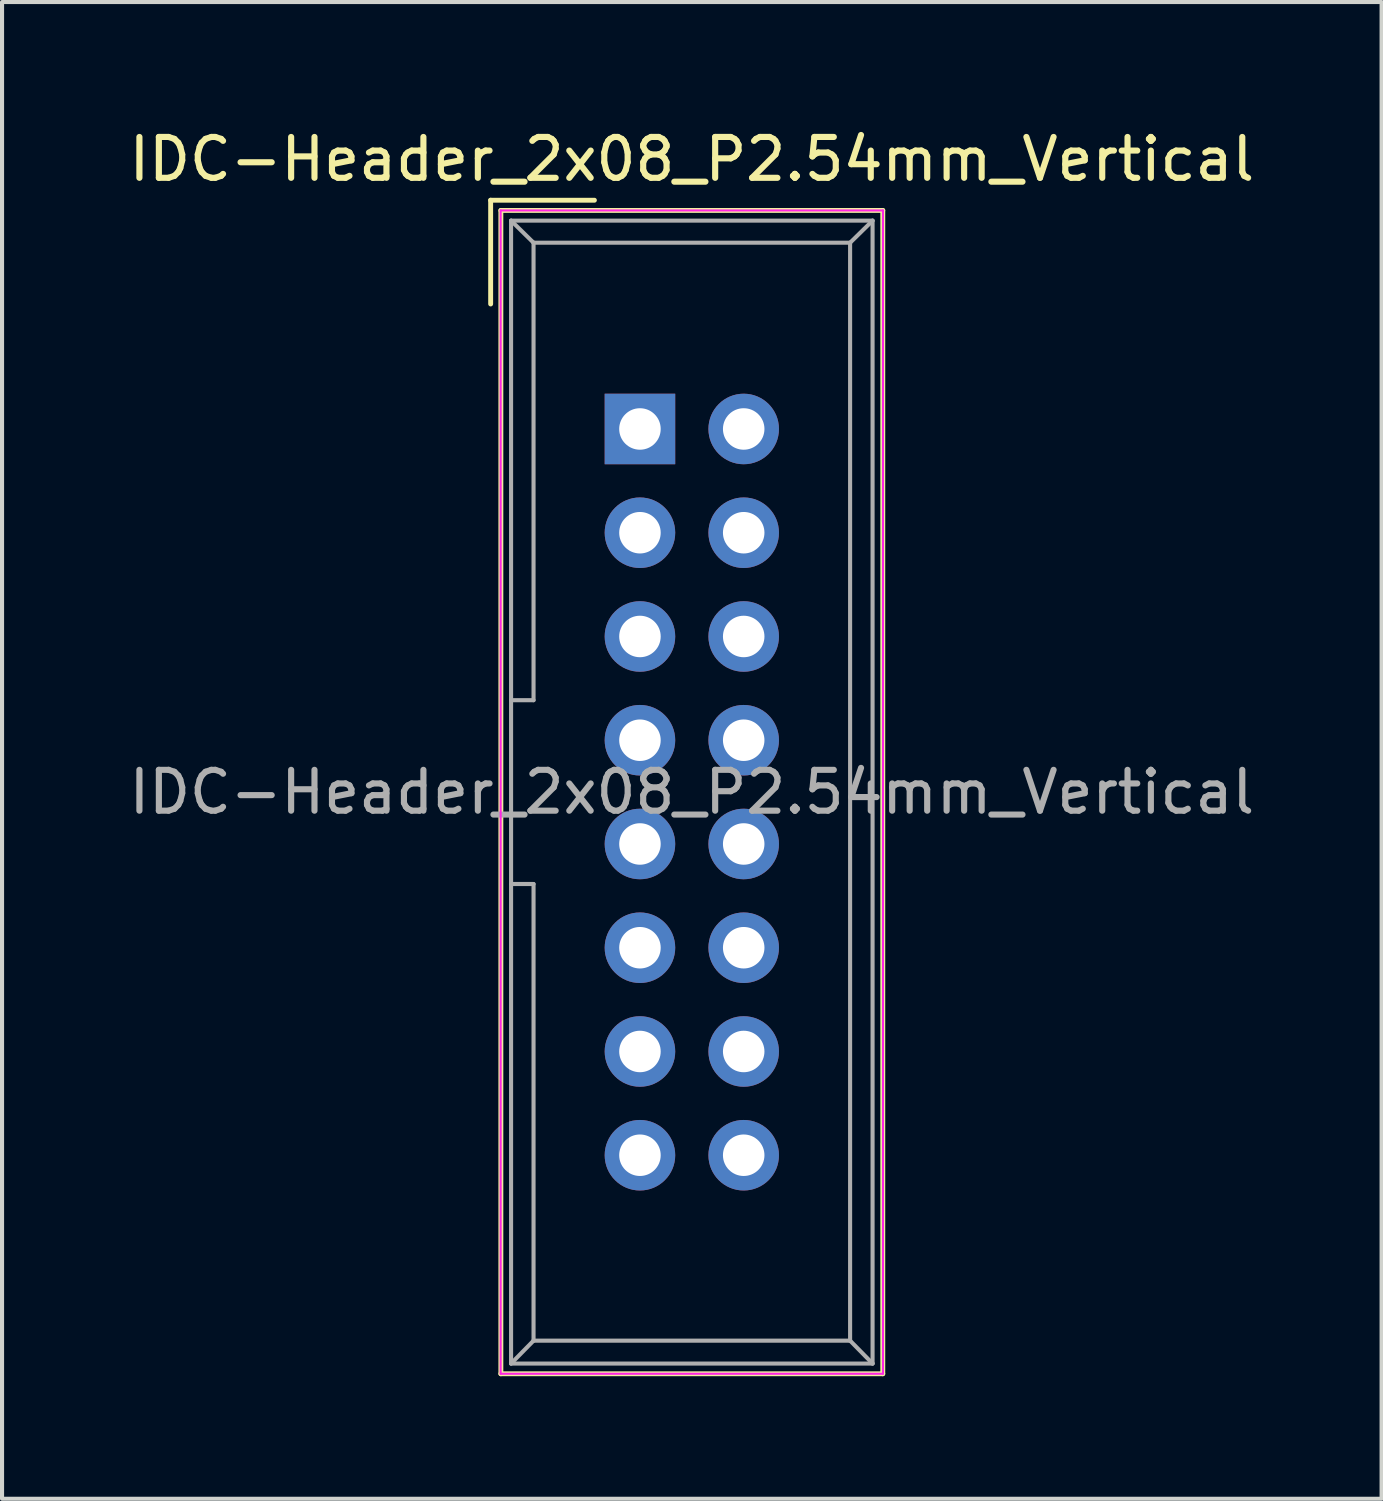
<source format=kicad_pcb>
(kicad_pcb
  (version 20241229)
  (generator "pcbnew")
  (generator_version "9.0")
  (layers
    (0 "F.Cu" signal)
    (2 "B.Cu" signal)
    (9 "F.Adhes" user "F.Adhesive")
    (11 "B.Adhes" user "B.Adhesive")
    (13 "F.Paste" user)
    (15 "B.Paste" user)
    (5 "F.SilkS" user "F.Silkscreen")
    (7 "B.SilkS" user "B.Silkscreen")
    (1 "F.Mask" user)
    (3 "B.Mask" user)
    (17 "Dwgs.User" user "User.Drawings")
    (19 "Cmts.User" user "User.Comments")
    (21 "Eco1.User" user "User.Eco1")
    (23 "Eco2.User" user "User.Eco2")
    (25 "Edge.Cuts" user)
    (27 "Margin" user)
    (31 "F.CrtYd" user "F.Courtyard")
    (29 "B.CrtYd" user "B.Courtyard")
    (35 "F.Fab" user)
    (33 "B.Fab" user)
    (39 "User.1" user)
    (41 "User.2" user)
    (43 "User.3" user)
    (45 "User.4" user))
  (footprint "IDC-Header_2x08_P2.54mm_Vertical"
    (layer "F.Cu")
    (at 13.887 16.342)
    (property "Reference" "IDC-Header_2x08_P2.54mm_Vertical" (at 0 -15.494 0) (layer "F.SilkS") (effects (font (size 1 1) (thickness 0.15))))
    (attr through_hole)
    (fp_line (start -4.925 -14.49) (end -4.925 -11.95) (stroke (width 0.12) (type solid)) (layer "F.SilkS"))
    (fp_line (start -4.925 -14.49) (end -2.385 -14.49) (stroke (width 0.12) (type solid)) (layer "F.SilkS"))
    (fp_line (start -4.675 -14.24) (end 4.675 -14.24) (stroke (width 0.12) (type solid)) (layer "F.SilkS"))
    (fp_line (start -4.675 14.24) (end -4.675 -14.24) (stroke (width 0.12) (type solid)) (layer "F.SilkS"))
    (fp_line (start 4.675 -14.24) (end 4.675 14.24) (stroke (width 0.12) (type solid)) (layer "F.SilkS"))
    (fp_line (start 4.675 14.24) (end -4.675 14.24) (stroke (width 0.12) (type solid)) (layer "F.SilkS"))
    (fp_line (start -4.68 -14.24) (end 4.68 -14.24) (stroke (width 0.05) (type solid)) (layer "F.CrtYd"))
    (fp_line (start -4.68 14.24) (end -4.68 -14.24) (stroke (width 0.05) (type solid)) (layer "F.CrtYd"))
    (fp_line (start 4.68 -14.24) (end 4.68 14.24) (stroke (width 0.05) (type solid)) (layer "F.CrtYd"))
    (fp_line (start 4.68 14.24) (end -4.68 14.24) (stroke (width 0.05) (type solid)) (layer "F.CrtYd"))
    (fp_line (start -4.425 -13.99) (end -4.425 13.99) (stroke (width 0.1) (type solid)) (layer "F.Fab"))
    (fp_line (start -4.425 -13.99) (end -3.875 -13.45) (stroke (width 0.1) (type solid)) (layer "F.Fab"))
    (fp_line (start -4.425 13.99) (end -3.875 13.43) (stroke (width 0.1) (type solid)) (layer "F.Fab"))
    (fp_line (start -3.875 -13.45) (end -3.875 -2.25) (stroke (width 0.1) (type solid)) (layer "F.Fab"))
    (fp_line (start -3.875 -2.25) (end -4.425 -2.25) (stroke (width 0.1) (type solid)) (layer "F.Fab"))
    (fp_line (start -3.875 2.25) (end -4.425 2.25) (stroke (width 0.1) (type solid)) (layer "F.Fab"))
    (fp_line (start -3.875 2.25) (end -3.875 13.43) (stroke (width 0.1) (type solid)) (layer "F.Fab"))
    (fp_line (start 3.875 -13.45) (end -3.875 -13.45) (stroke (width 0.1) (type solid)) (layer "F.Fab"))
    (fp_line (start 3.875 -13.45) (end 3.875 13.43) (stroke (width 0.1) (type solid)) (layer "F.Fab"))
    (fp_line (start 3.875 13.43) (end -3.875 13.43) (stroke (width 0.1) (type solid)) (layer "F.Fab"))
    (fp_line (start 4.425 -13.99) (end -4.425 -13.99) (stroke (width 0.1) (type solid)) (layer "F.Fab"))
    (fp_line (start 4.425 -13.99) (end 3.875 -13.45) (stroke (width 0.1) (type solid)) (layer "F.Fab"))
    (fp_line (start 4.425 -13.99) (end 4.425 13.99) (stroke (width 0.1) (type solid)) (layer "F.Fab"))
    (fp_line (start 4.425 13.99) (end -4.425 13.99) (stroke (width 0.1) (type solid)) (layer "F.Fab"))
    (fp_line (start 4.425 13.99) (end 3.875 13.43) (stroke (width 0.1) (type solid)) (layer "F.Fab"))
    (fp_text user "${REFERENCE}" (at 0 0 0) (layer "F.Fab") (effects (font (size 1 1) (thickness 0.15))))
    (pad "1" thru_hole rect (at -1.27 -8.89) (size 1.727 1.727) (drill 1.016) (layers "*.Cu" "*.Mask"))
    (pad "2" thru_hole oval (at 1.27 -8.89) (size 1.727 1.727) (drill 1.016) (layers "*.Cu" "*.Mask"))
    (pad "3" thru_hole oval (at -1.27 -6.35) (size 1.727 1.727) (drill 1.016) (layers "*.Cu" "*.Mask"))
    (pad "4" thru_hole oval (at 1.27 -6.35) (size 1.727 1.727) (drill 1.016) (layers "*.Cu" "*.Mask"))
    (pad "5" thru_hole oval (at -1.27 -3.81) (size 1.727 1.727) (drill 1.016) (layers "*.Cu" "*.Mask"))
    (pad "6" thru_hole oval (at 1.27 -3.81) (size 1.727 1.727) (drill 1.016) (layers "*.Cu" "*.Mask"))
    (pad "7" thru_hole oval (at -1.27 -1.27) (size 1.727 1.727) (drill 1.016) (layers "*.Cu" "*.Mask"))
    (pad "8" thru_hole oval (at 1.27 -1.27) (size 1.727 1.727) (drill 1.016) (layers "*.Cu" "*.Mask"))
    (pad "9" thru_hole oval (at -1.27 1.27) (size 1.727 1.727) (drill 1.016) (layers "*.Cu" "*.Mask"))
    (pad "10" thru_hole oval (at 1.27 1.27) (size 1.727 1.727) (drill 1.016) (layers "*.Cu" "*.Mask"))
    (pad "11" thru_hole oval (at -1.27 3.81) (size 1.727 1.727) (drill 1.016) (layers "*.Cu" "*.Mask"))
    (pad "12" thru_hole oval (at 1.27 3.81) (size 1.727 1.727) (drill 1.016) (layers "*.Cu" "*.Mask"))
    (pad "13" thru_hole oval (at -1.27 6.35) (size 1.727 1.727) (drill 1.016) (layers "*.Cu" "*.Mask"))
    (pad "14" thru_hole oval (at 1.27 6.35) (size 1.727 1.727) (drill 1.016) (layers "*.Cu" "*.Mask"))
    (pad "15" thru_hole oval (at -1.27 8.89) (size 1.727 1.727) (drill 1.016) (layers "*.Cu" "*.Mask"))
    (pad "16" thru_hole oval (at 1.27 8.89) (size 1.727 1.727) (drill 1.016) (layers "*.Cu" "*.Mask")))
  (gr_rect
    (start -3 -3)
    (end 30.774 33.642)
    (stroke (width 0.1) (type default))
    (fill no)
    (layer "Edge.Cuts")))
</source>
